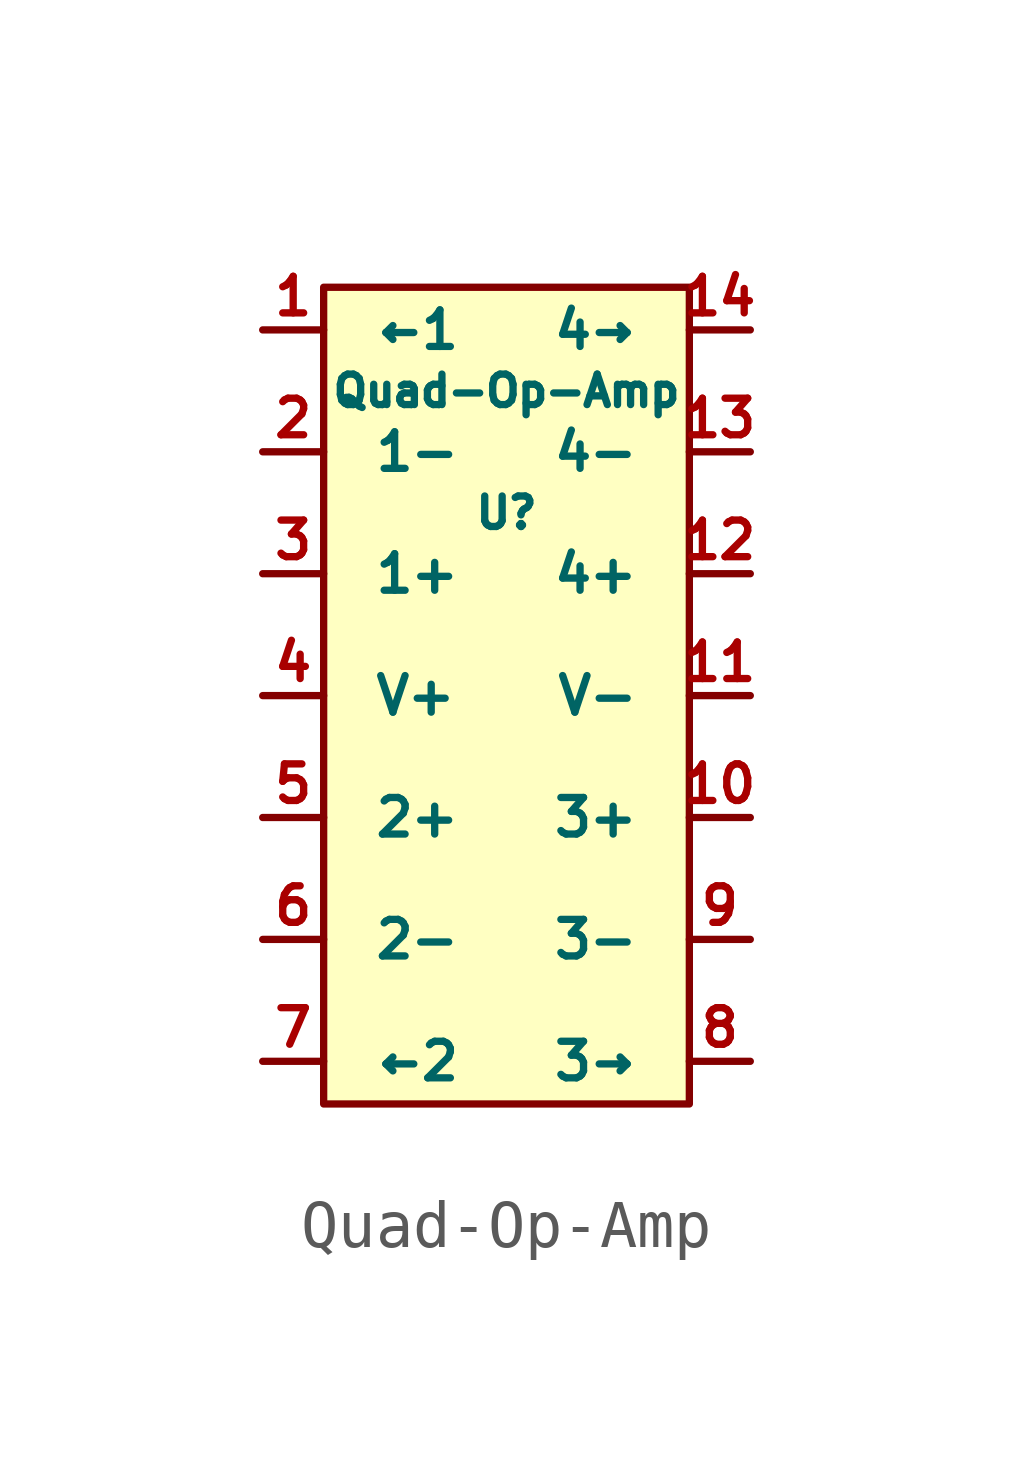
<source format=kicad_sym>
(kicad_symbol_lib
  (version 20220914)
  (generator kicad_symbol_editor)
  (symbol "Quad-Op-Amp"
    (pin_names
      (offset 1.016))
    (property "Reference" "U"
      (at 0 3.81 0)
      (effects (font (size 0.635 0.635))))
    (property "Value" "Quad-Op-Amp"
      (at 0 6.35 0)
      (effects (font (size 0.635 0.635))))
    (symbol "Quad-Op-Amp_1_0"
      (rectangle (start -3.81 -8.509) (end 3.81 8.509) (stroke (width 0) (type solid)) (fill (type background))))
    (symbol "Quad-Op-Amp_1_1"
      (pin output line (at -5.08 7.62 0) (length 1.27) (name "←1" (effects (font (size 0.762 0.762)))) (number "1" (effects (font (size 0.762 0.762)))))
      (pin input line (at 5.08 -2.54 180) (length 1.27) (name "3+" (effects (font (size 0.762 0.762)))) (number "10" (effects (font (size 0.762 0.762)))))
      (pin power_in line (at 5.08 0 180) (length 1.27) (name "V-" (effects (font (size 0.762 0.762)))) (number "11" (effects (font (size 0.762 0.762)))))
      (pin input line (at 5.08 2.54 180) (length 1.27) (name "4+" (effects (font (size 0.762 0.762)))) (number "12" (effects (font (size 0.762 0.762)))))
      (pin input line (at 5.08 5.08 180) (length 1.27) (name "4-" (effects (font (size 0.762 0.762)))) (number "13" (effects (font (size 0.762 0.762)))))
      (pin output line (at 5.08 7.62 180) (length 1.27) (name "4→" (effects (font (size 0.762 0.762)))) (number "14" (effects (font (size 0.762 0.762)))))
      (pin input line (at -5.08 5.08 0) (length 1.27) (name "1-" (effects (font (size 0.762 0.762)))) (number "2" (effects (font (size 0.762 0.762)))))
      (pin input line (at -5.08 2.54 0) (length 1.27) (name "1+" (effects (font (size 0.762 0.762)))) (number "3" (effects (font (size 0.762 0.762)))))
      (pin power_in line (at -5.08 0 0) (length 1.27) (name "V+" (effects (font (size 0.762 0.762)))) (number "4" (effects (font (size 0.762 0.762)))))
      (pin input line (at -5.08 -2.54 0) (length 1.27) (name "2+" (effects (font (size 0.762 0.762)))) (number "5" (effects (font (size 0.762 0.762)))))
      (pin input line (at -5.08 -5.08 0) (length 1.27) (name "2-" (effects (font (size 0.762 0.762)))) (number "6" (effects (font (size 0.762 0.762)))))
      (pin output line (at -5.08 -7.62 0) (length 1.27) (name "←2" (effects (font (size 0.762 0.762)))) (number "7" (effects (font (size 0.762 0.762)))))
      (pin output line (at 5.08 -7.62 180) (length 1.27) (name "3→" (effects (font (size 0.762 0.762)))) (number "8" (effects (font (size 0.762 0.762)))))
      (pin input line (at 5.08 -5.08 180) (length 1.27) (name "3-" (effects (font (size 0.762 0.762)))) (number "9" (effects (font (size 0.762 0.762))))))))
</source>
